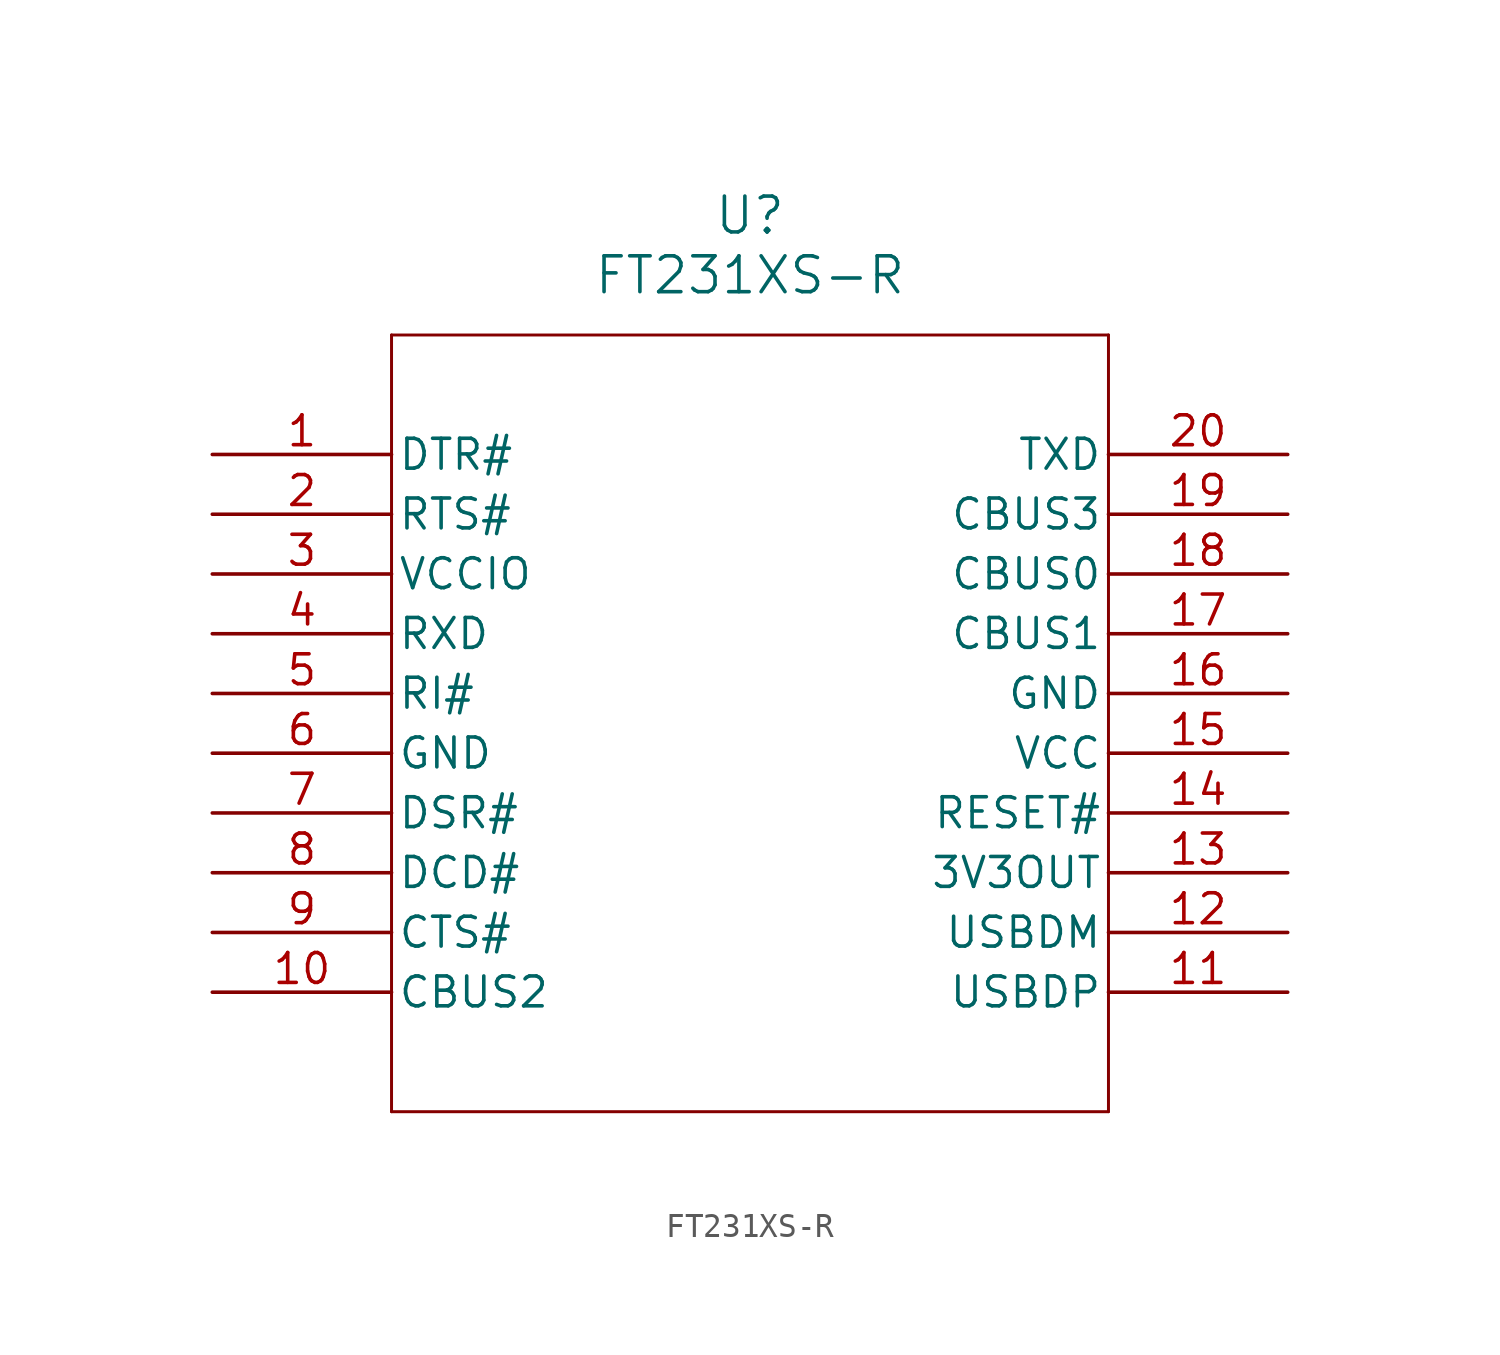
<source format=kicad_sym>
(kicad_symbol_lib
  (version 20211014)
  (generator kicad_symbol_editor)
  (symbol "FT231XS-R"
    (pin_names
      (offset 0.254))
    (property "Reference" "U"
      (at 22.86 10.16 0)
      (effects (font (size 1.524 1.524))))
    (property "Value" "FT231XS-R"
      (at 22.86 7.62 0)
      (effects (font (size 1.524 1.524))))
    (symbol "FT231XS-R_0_1"
      (polyline (pts (xy 7.62 5.08) (xy 7.62 -27.94)) (stroke (width 0.127) (type default) (color 0 0 0 0)) (fill (type none)))
      (polyline (pts (xy 7.62 -27.94) (xy 38.1 -27.94)) (stroke (width 0.127) (type default) (color 0 0 0 0)) (fill (type none)))
      (polyline (pts (xy 38.1 -27.94) (xy 38.1 5.08)) (stroke (width 0.127) (type default) (color 0 0 0 0)) (fill (type none)))
      (polyline (pts (xy 38.1 5.08) (xy 7.62 5.08)) (stroke (width 0.127) (type default) (color 0 0 0 0)) (fill (type none)))
      (pin output line (at 0 0 0) (length 7.62) (name "DTR#" (effects (font (size 1.27 1.27)))) (number "1" (effects (font (size 1.27 1.27)))))
      (pin output line (at 0 -2.54 0) (length 7.62) (name "RTS#" (effects (font (size 1.27 1.27)))) (number "2" (effects (font (size 1.27 1.27)))))
      (pin power_in line (at 0 -5.08 0) (length 7.62) (name "VCCIO" (effects (font (size 1.27 1.27)))) (number "3" (effects (font (size 1.27 1.27)))))
      (pin input line (at 0 -7.62 0) (length 7.62) (name "RXD" (effects (font (size 1.27 1.27)))) (number "4" (effects (font (size 1.27 1.27)))))
      (pin input line (at 0 -10.16 0) (length 7.62) (name "RI#" (effects (font (size 1.27 1.27)))) (number "5" (effects (font (size 1.27 1.27)))))
      (pin power_in line (at 0 -12.7 0) (length 7.62) (name "GND" (effects (font (size 1.27 1.27)))) (number "6" (effects (font (size 1.27 1.27)))))
      (pin input line (at 0 -15.24 0) (length 7.62) (name "DSR#" (effects (font (size 1.27 1.27)))) (number "7" (effects (font (size 1.27 1.27)))))
      (pin input line (at 0 -17.78 0) (length 7.62) (name "DCD#" (effects (font (size 1.27 1.27)))) (number "8" (effects (font (size 1.27 1.27)))))
      (pin input line (at 0 -20.32 0) (length 7.62) (name "CTS#" (effects (font (size 1.27 1.27)))) (number "9" (effects (font (size 1.27 1.27)))))
      (pin bidirectional line (at 0 -22.86 0) (length 7.62) (name "CBUS2" (effects (font (size 1.27 1.27)))) (number "10" (effects (font (size 1.27 1.27)))))
      (pin input line (at 45.72 -22.86 180) (length 7.62) (name "USBDP" (effects (font (size 1.27 1.27)))) (number "11" (effects (font (size 1.27 1.27)))))
      (pin input line (at 45.72 -20.32 180) (length 7.62) (name "USBDM" (effects (font (size 1.27 1.27)))) (number "12" (effects (font (size 1.27 1.27)))))
      (pin power_in line (at 45.72 -17.78 180) (length 7.62) (name "3V3OUT" (effects (font (size 1.27 1.27)))) (number "13" (effects (font (size 1.27 1.27)))))
      (pin input line (at 45.72 -15.24 180) (length 7.62) (name "RESET#" (effects (font (size 1.27 1.27)))) (number "14" (effects (font (size 1.27 1.27)))))
      (pin power_in line (at 45.72 -12.7 180) (length 7.62) (name "VCC" (effects (font (size 1.27 1.27)))) (number "15" (effects (font (size 1.27 1.27)))))
      (pin power_in line (at 45.72 -10.16 180) (length 7.62) (name "GND" (effects (font (size 1.27 1.27)))) (number "16" (effects (font (size 1.27 1.27)))))
      (pin bidirectional line (at 45.72 -7.62 180) (length 7.62) (name "CBUS1" (effects (font (size 1.27 1.27)))) (number "17" (effects (font (size 1.27 1.27)))))
      (pin bidirectional line (at 45.72 -5.08 180) (length 7.62) (name "CBUS0" (effects (font (size 1.27 1.27)))) (number "18" (effects (font (size 1.27 1.27)))))
      (pin bidirectional line (at 45.72 -2.54 180) (length 7.62) (name "CBUS3" (effects (font (size 1.27 1.27)))) (number "19" (effects (font (size 1.27 1.27)))))
      (pin output line (at 45.72 0 180) (length 7.62) (name "TXD" (effects (font (size 1.27 1.27)))) (number "20" (effects (font (size 1.27 1.27))))))))
</source>
